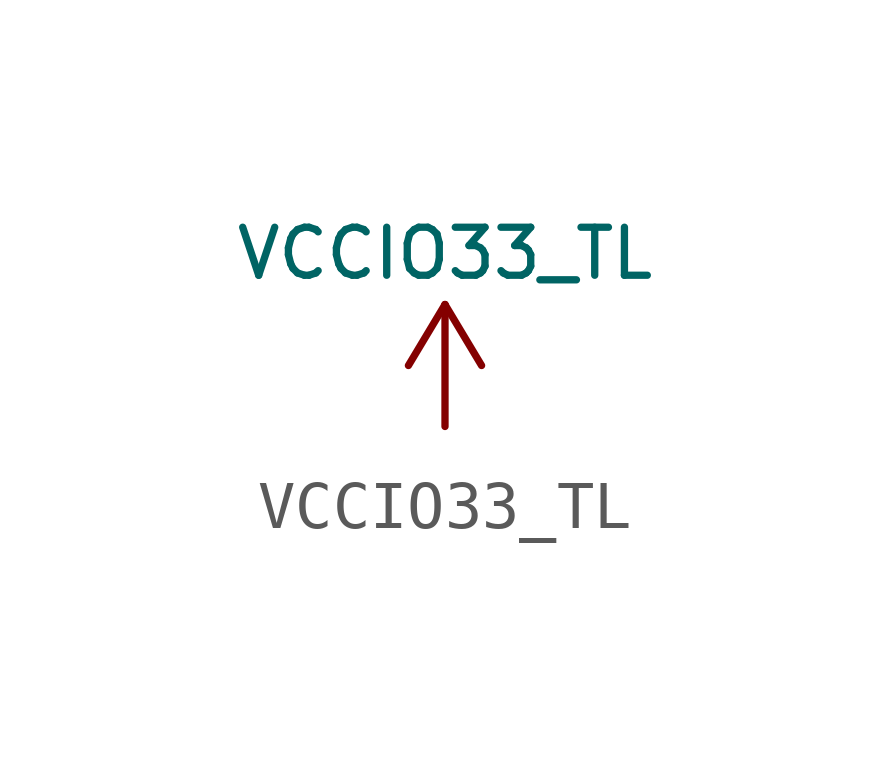
<source format=kicad_sym>
(kicad_symbol_lib
  (version 20241209)
  (generator "kicad_symbol_editor")
  (generator_version "9.0")
  (symbol "VCCIO33_TL"
    (power)
    (pin_names
      (offset 0))
    (property "Reference" "#PWR?"
      (at 0 -3.81 0)
      (effects (font (size 1.27 1.27)) (hide yes)))
    (property "Value" "VCCIO33_TL"
      (at 0 3.605 0)
      (effects (font (size 1 1))))
    (symbol "VCCIO33_TL_0_1"
      (polyline (pts (xy -0.762 1.27) (xy 0 2.54)) (stroke (width 0) (type default)) (fill (type none)))
      (polyline (pts (xy 0 2.54) (xy 0.762 1.27)) (stroke (width 0) (type default)) (fill (type none)))
      (polyline (pts (xy 0 0) (xy 0 2.54)) (stroke (width 0) (type default)) (fill (type none))))
    (symbol "VCCIO33_TL_1_1"
      (pin power_in line (at 0 0 90) (length 0) (hide yes) (name "VCCIO33_TL" (effects (font (size 1.27 1.27)))) (number "1" (effects (font (size 1.27 1.27))))))))
</source>
